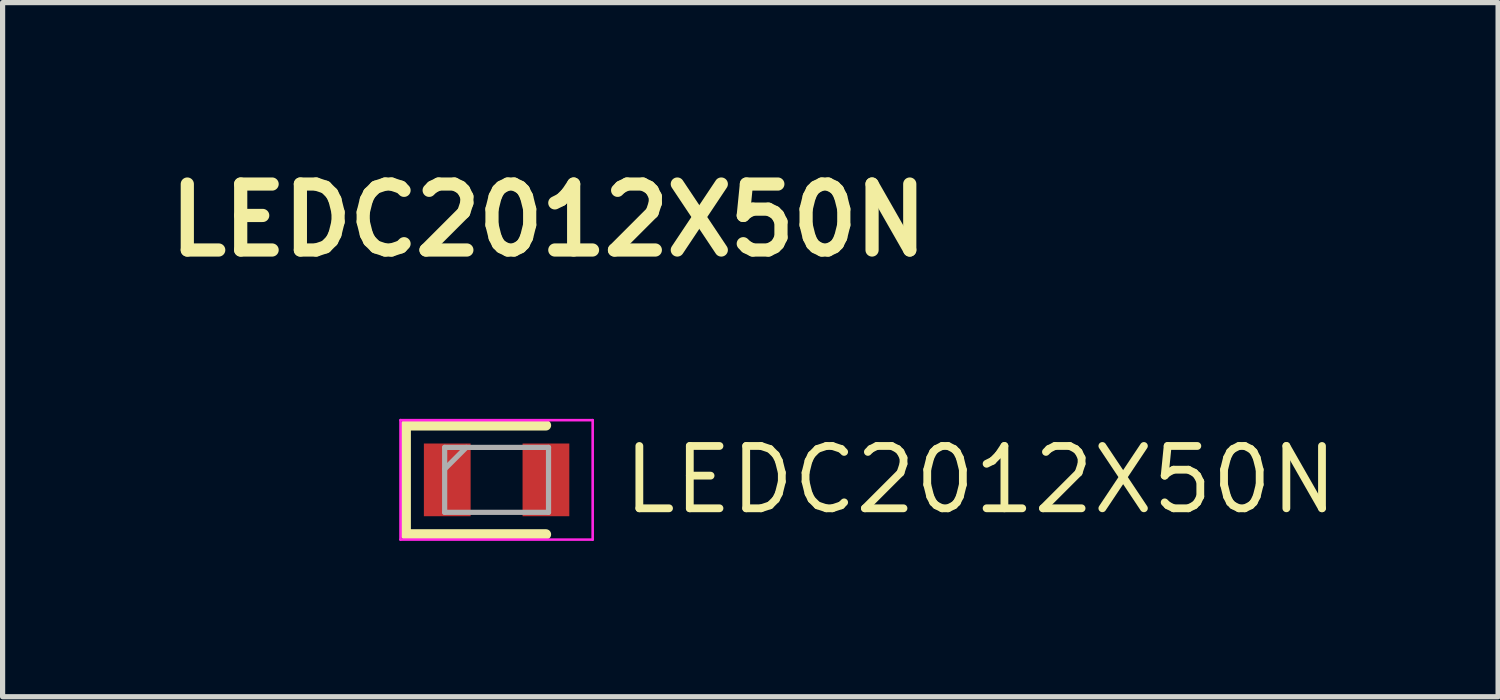
<source format=kicad_pcb>
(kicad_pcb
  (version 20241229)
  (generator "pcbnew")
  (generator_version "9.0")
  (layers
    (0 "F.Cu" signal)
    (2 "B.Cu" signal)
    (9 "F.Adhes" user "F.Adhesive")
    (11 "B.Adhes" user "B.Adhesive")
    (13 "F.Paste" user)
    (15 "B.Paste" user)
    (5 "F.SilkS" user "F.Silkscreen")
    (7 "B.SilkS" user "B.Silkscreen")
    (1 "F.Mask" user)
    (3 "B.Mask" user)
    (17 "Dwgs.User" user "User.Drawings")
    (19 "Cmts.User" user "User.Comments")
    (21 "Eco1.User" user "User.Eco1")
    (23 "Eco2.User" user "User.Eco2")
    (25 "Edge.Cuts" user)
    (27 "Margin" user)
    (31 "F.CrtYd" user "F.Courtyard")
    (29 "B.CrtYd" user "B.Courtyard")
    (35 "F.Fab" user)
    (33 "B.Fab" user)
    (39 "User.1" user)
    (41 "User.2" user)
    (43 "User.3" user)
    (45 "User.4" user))
  (footprint "LEDC2012X50N"
    (layer "F.Cu")
    (at 6.511 6.189)
    (property "Reference" "LEDC2012X50N" (at 1 -5 0) (layer "F.SilkS") (effects (font (size 1.27 1.27) (thickness 0.254))))
    (property "Value" "LEDC2012X50N" (at 0.5 -7 0) (layer "F.SilkS") (hide yes) (effects (font (size 1.27 1.27) (thickness 0.254))))
    (attr smd)
    (fp_line (start -1.75 -1.05) (end -1.75 1.05) (stroke (width 0.2) (type solid)) (layer "F.SilkS"))
    (fp_line (start -1.75 1.05) (end 0.95 1.05) (stroke (width 0.2) (type solid)) (layer "F.SilkS"))
    (fp_line (start 0.95 -1.05) (end -1.75 -1.05) (stroke (width 0.2) (type solid)) (layer "F.SilkS"))
    (fp_line (start -1.85 -1.15) (end 1.85 -1.15) (stroke (width 0.05) (type solid)) (layer "F.CrtYd"))
    (fp_line (start -1.85 1.15) (end -1.85 -1.15) (stroke (width 0.05) (type solid)) (layer "F.CrtYd"))
    (fp_line (start 1.85 -1.15) (end 1.85 1.15) (stroke (width 0.05) (type solid)) (layer "F.CrtYd"))
    (fp_line (start 1.85 1.15) (end -1.85 1.15) (stroke (width 0.05) (type solid)) (layer "F.CrtYd"))
    (fp_line (start -1 -0.625) (end 1 -0.625) (stroke (width 0.1) (type solid)) (layer "F.Fab"))
    (fp_line (start -1 -0.208) (end -0.583 -0.625) (stroke (width 0.1) (type solid)) (layer "F.Fab"))
    (fp_line (start -1 0.625) (end -1 -0.625) (stroke (width 0.1) (type solid)) (layer "F.Fab"))
    (fp_line (start 1 -0.625) (end 1 0.625) (stroke (width 0.1) (type solid)) (layer "F.Fab"))
    (fp_line (start 1 0.625) (end -1 0.625) (stroke (width 0.1) (type solid)) (layer "F.Fab"))
    (fp_text user "${VALUE}" (at 9.32 0 0) (unlocked yes) (layer "F.SilkS") (effects (font (size 1.2 1.2) (thickness 0.15))))
    (fp_text user "${NET_NAME(1)}" (at -3.05 0 270) (unlocked yes) (layer "F.SilkS") (effects (font (size 0.8 0.8) (thickness 0.1))))
    (pad "1" smd rect (at -0.95 0) (size 0.9 1.4) (layers "F.Cu" "F.Mask" "F.Paste"))
    (pad "2" smd rect (at 0.95 0) (size 0.9 1.4) (layers "F.Cu" "F.Mask" "F.Paste")))
  (gr_rect
    (start -3 -3)
    (end 25.793 10.364)
    (stroke (width 0.1) (type default))
    (fill no)
    (layer "Edge.Cuts")))
</source>
